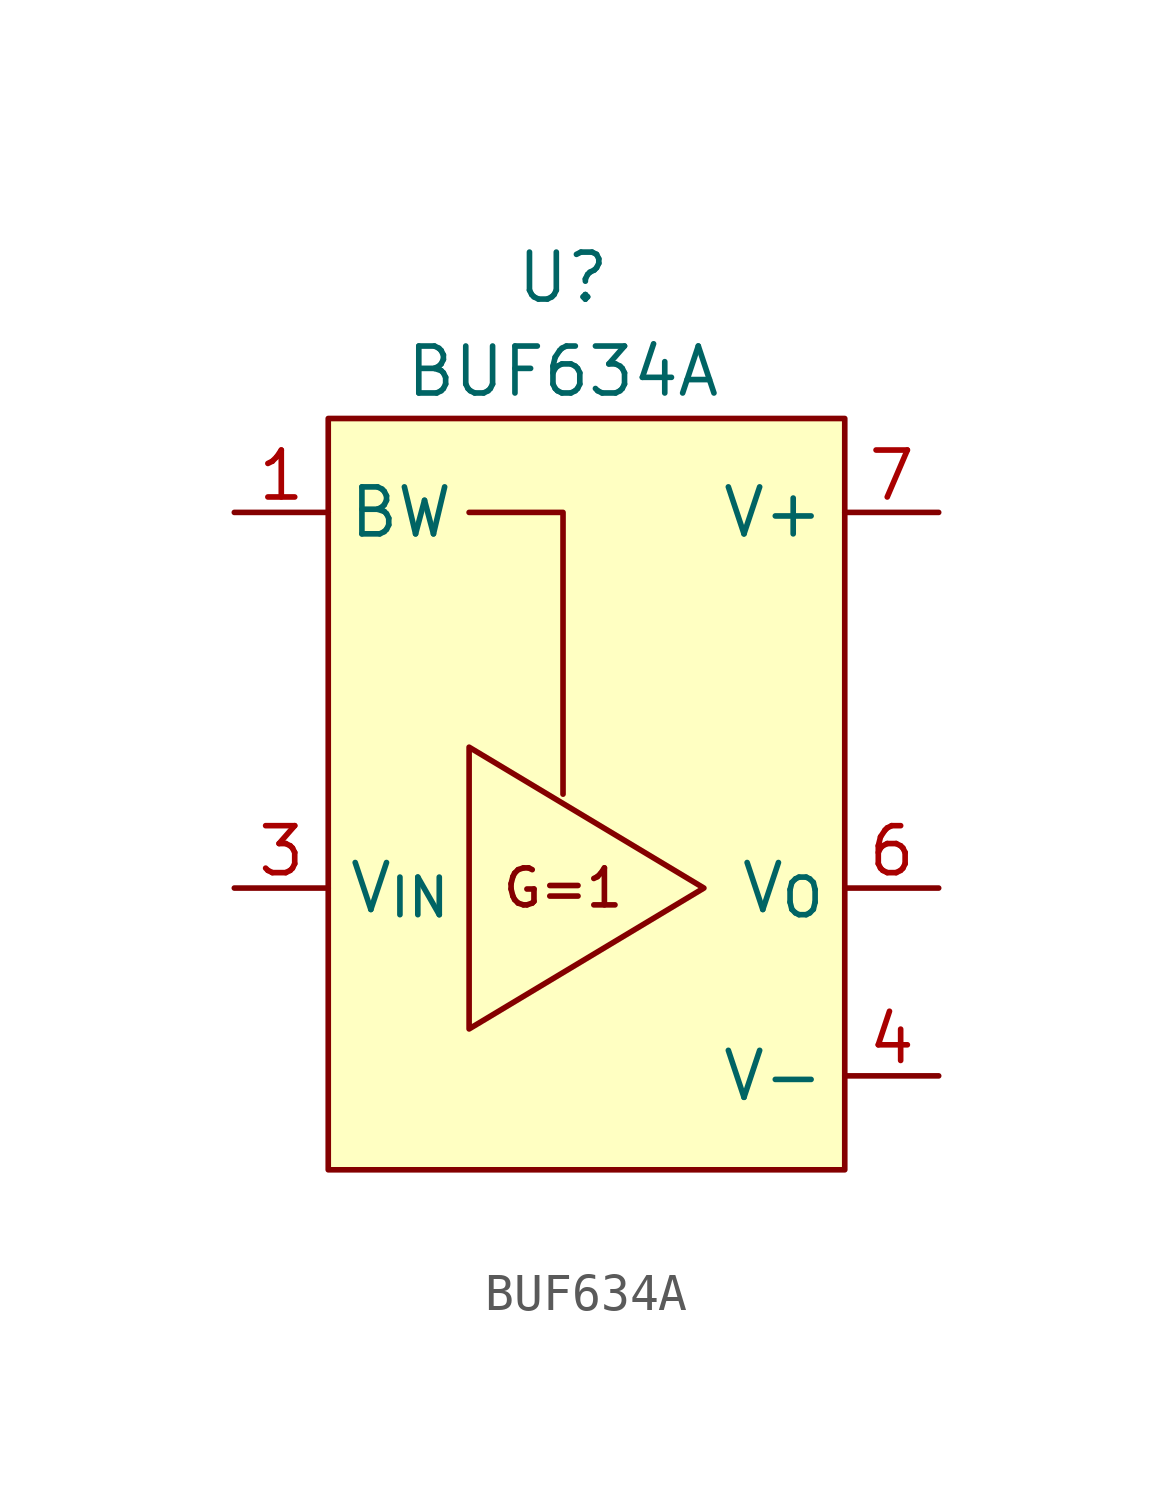
<source format=kicad_sym>
(kicad_symbol_lib
  (version 20241209)
  (generator "kicad_symbol_editor")
  (generator_version "9.0")
  (symbol "BUF634A"
    (property "Reference" "U"
      (at 0 13.97 0)
      (effects (font (size 1.27 1.27))))
    (property "Value" "BUF634A"
      (at 0 11.43 0)
      (effects (font (size 1.27 1.27))))
    (symbol "BUF634A_0_1"
      (polyline (pts (xy -2.54 1.27) (xy -2.54 -6.35) (xy 3.81 -2.54) (xy -2.54 1.27)) (stroke (width 0) (type default)) (fill (type none))))
    (symbol "BUF634A_1_1"
      (rectangle (start -6.35 10.16) (end 7.62 -10.16) (stroke (width 0) (type default)) (fill (type background)))
      (polyline (pts (xy -2.54 7.62) (xy 0 7.62) (xy 0 0)) (stroke (width 0) (type default)) (fill (type none)))
      (text "G=1" (at 0 -2.54 0) (effects (font (size 1 1))))
      (pin bidirectional line (at -8.89 7.62 0) (length 2.54) (name "BW" (effects (font (size 1.27 1.27)))) (number "1" (effects (font (size 1.27 1.27)))))
      (pin no_connect line (at -8.89 2.54 0) (length 2.54) (hide yes) (name "NC" (effects (font (size 1.27 1.27)))) (number "2" (effects (font (size 1.27 1.27)))))
      (pin bidirectional line (at -8.89 -2.54 0) (length 2.54) (name "V_{IN}" (effects (font (size 1.27 1.27)))) (number "3" (effects (font (size 1.27 1.27)))))
      (pin bidirectional line (at 10.16 7.62 180) (length 2.54) (name "V+" (effects (font (size 1.27 1.27)))) (number "7" (effects (font (size 1.27 1.27)))))
      (pin no_connect line (at 10.16 5.08 180) (length 2.54) (hide yes) (name "NC" (effects (font (size 1.27 1.27)))) (number "8" (effects (font (size 1.27 1.27)))))
      (pin no_connect line (at 10.16 2.54 180) (length 2.54) (hide yes) (name "NC" (effects (font (size 1.27 1.27)))) (number "5" (effects (font (size 1.27 1.27)))))
      (pin bidirectional line (at 10.16 -2.54 180) (length 2.54) (name "V_{O}" (effects (font (size 1.27 1.27)))) (number "6" (effects (font (size 1.27 1.27)))))
      (pin bidirectional line (at 10.16 -7.62 180) (length 2.54) (name "V-" (effects (font (size 1.27 1.27)))) (number "4" (effects (font (size 1.27 1.27))))))))
</source>
